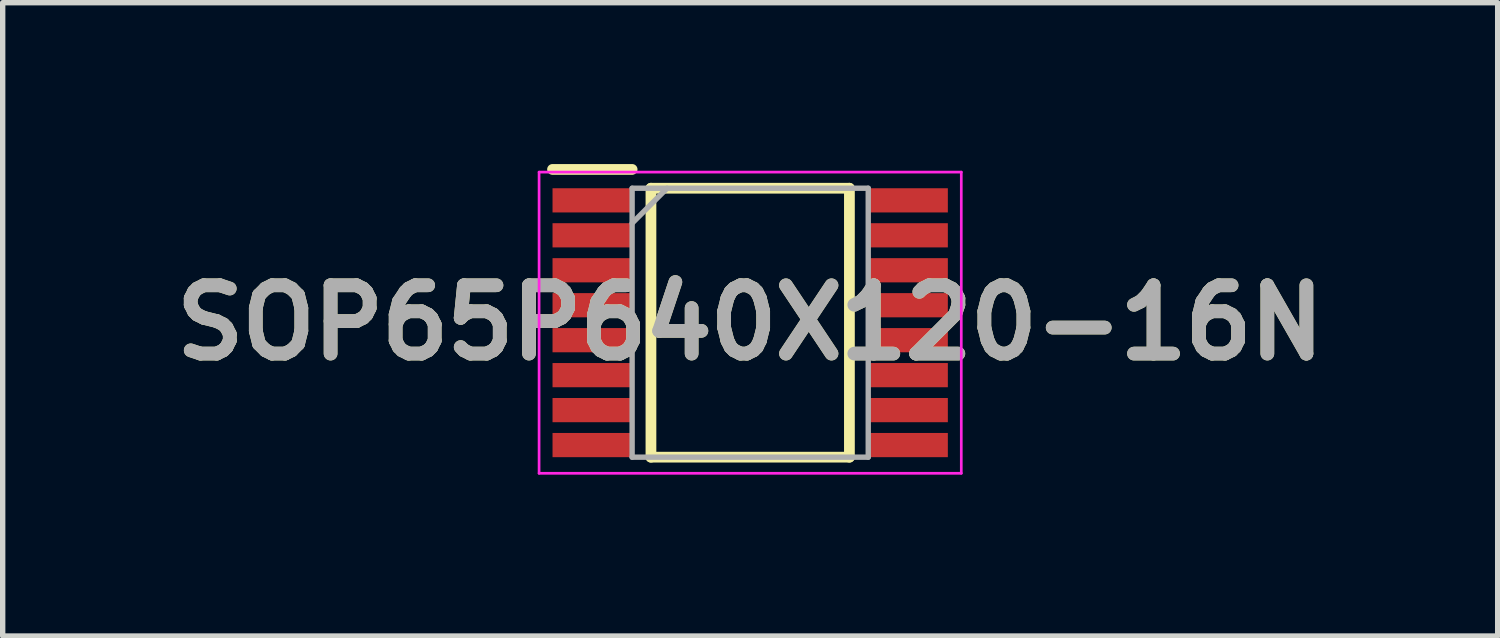
<source format=kicad_pcb>
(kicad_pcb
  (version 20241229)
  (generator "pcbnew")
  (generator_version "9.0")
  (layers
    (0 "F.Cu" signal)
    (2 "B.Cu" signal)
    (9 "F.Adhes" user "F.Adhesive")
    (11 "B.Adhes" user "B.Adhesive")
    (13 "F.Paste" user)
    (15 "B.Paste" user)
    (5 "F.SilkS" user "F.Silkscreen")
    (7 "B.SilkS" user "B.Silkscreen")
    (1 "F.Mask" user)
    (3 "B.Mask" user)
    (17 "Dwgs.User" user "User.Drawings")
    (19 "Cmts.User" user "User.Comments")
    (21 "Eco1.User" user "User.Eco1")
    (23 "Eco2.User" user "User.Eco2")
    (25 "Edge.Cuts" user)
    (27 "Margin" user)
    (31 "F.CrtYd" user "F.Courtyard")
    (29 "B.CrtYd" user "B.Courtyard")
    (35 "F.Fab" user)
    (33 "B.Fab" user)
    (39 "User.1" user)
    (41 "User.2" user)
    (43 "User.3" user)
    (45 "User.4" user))
  (footprint "SOP65P640X120-16N"
    (layer "F.Cu")
    (at 10.898 2.95)
    (property "Reference" "SOP65P640X120-16N" (at 0 0 0) (layer "F.SilkS") (effects (font (size 1.27 1.27) (thickness 0.254))))
    (attr smd)
    (fp_line (start -3.675 -2.85) (end -2.195 -2.85) (stroke (width 0.2) (type solid)) (layer "F.SilkS"))
    (fp_line (start -1.845 -2.5) (end 1.845 -2.5) (stroke (width 0.2) (type solid)) (layer "F.SilkS"))
    (fp_line (start -1.845 2.5) (end -1.845 -2.5) (stroke (width 0.2) (type solid)) (layer "F.SilkS"))
    (fp_line (start 1.845 -2.5) (end 1.845 2.5) (stroke (width 0.2) (type solid)) (layer "F.SilkS"))
    (fp_line (start 1.845 2.5) (end -1.845 2.5) (stroke (width 0.2) (type solid)) (layer "F.SilkS"))
    (fp_line (start -3.925 -2.8) (end 3.925 -2.8) (stroke (width 0.05) (type solid)) (layer "F.CrtYd"))
    (fp_line (start -3.925 2.8) (end -3.925 -2.8) (stroke (width 0.05) (type solid)) (layer "F.CrtYd"))
    (fp_line (start 3.925 -2.8) (end 3.925 2.8) (stroke (width 0.05) (type solid)) (layer "F.CrtYd"))
    (fp_line (start 3.925 2.8) (end -3.925 2.8) (stroke (width 0.05) (type solid)) (layer "F.CrtYd"))
    (fp_line (start -2.195 -2.5) (end 2.195 -2.5) (stroke (width 0.1) (type solid)) (layer "F.Fab"))
    (fp_line (start -2.195 -1.85) (end -1.545 -2.5) (stroke (width 0.1) (type solid)) (layer "F.Fab"))
    (fp_line (start -2.195 2.5) (end -2.195 -2.5) (stroke (width 0.1) (type solid)) (layer "F.Fab"))
    (fp_line (start 2.195 -2.5) (end 2.195 2.5) (stroke (width 0.1) (type solid)) (layer "F.Fab"))
    (fp_line (start 2.195 2.5) (end -2.195 2.5) (stroke (width 0.1) (type solid)) (layer "F.Fab"))
    (fp_text user "${REFERENCE}" (at 0 0 0) (layer "F.Fab") (effects (font (size 1.27 1.27) (thickness 0.254))))
    (pad "1" smd rect (at -2.935 -2.275 90) (size 0.45 1.48) (layers "F.Cu" "F.Mask" "F.Paste"))
    (pad "2" smd rect (at -2.935 -1.625 90) (size 0.45 1.48) (layers "F.Cu" "F.Mask" "F.Paste"))
    (pad "3" smd rect (at -2.935 -0.975 90) (size 0.45 1.48) (layers "F.Cu" "F.Mask" "F.Paste"))
    (pad "4" smd rect (at -2.935 -0.325 90) (size 0.45 1.48) (layers "F.Cu" "F.Mask" "F.Paste"))
    (pad "5" smd rect (at -2.935 0.325 90) (size 0.45 1.48) (layers "F.Cu" "F.Mask" "F.Paste"))
    (pad "6" smd rect (at -2.935 0.975 90) (size 0.45 1.48) (layers "F.Cu" "F.Mask" "F.Paste"))
    (pad "7" smd rect (at -2.935 1.625 90) (size 0.45 1.48) (layers "F.Cu" "F.Mask" "F.Paste"))
    (pad "8" smd rect (at -2.935 2.275 90) (size 0.45 1.48) (layers "F.Cu" "F.Mask" "F.Paste"))
    (pad "9" smd rect (at 2.935 2.275 90) (size 0.45 1.48) (layers "F.Cu" "F.Mask" "F.Paste"))
    (pad "10" smd rect (at 2.935 1.625 90) (size 0.45 1.48) (layers "F.Cu" "F.Mask" "F.Paste"))
    (pad "11" smd rect (at 2.935 0.975 90) (size 0.45 1.48) (layers "F.Cu" "F.Mask" "F.Paste"))
    (pad "12" smd rect (at 2.935 0.325 90) (size 0.45 1.48) (layers "F.Cu" "F.Mask" "F.Paste"))
    (pad "13" smd rect (at 2.935 -0.325 90) (size 0.45 1.48) (layers "F.Cu" "F.Mask" "F.Paste"))
    (pad "14" smd rect (at 2.935 -0.975 90) (size 0.45 1.48) (layers "F.Cu" "F.Mask" "F.Paste"))
    (pad "15" smd rect (at 2.935 -1.625 90) (size 0.45 1.48) (layers "F.Cu" "F.Mask" "F.Paste"))
    (pad "16" smd rect (at 2.935 -2.275 90) (size 0.45 1.48) (layers "F.Cu" "F.Mask" "F.Paste")))
  (gr_rect
    (start -3 -3)
    (end 24.796 8.775)
    (stroke (width 0.1) (type default))
    (fill no)
    (layer "Edge.Cuts")))
</source>
